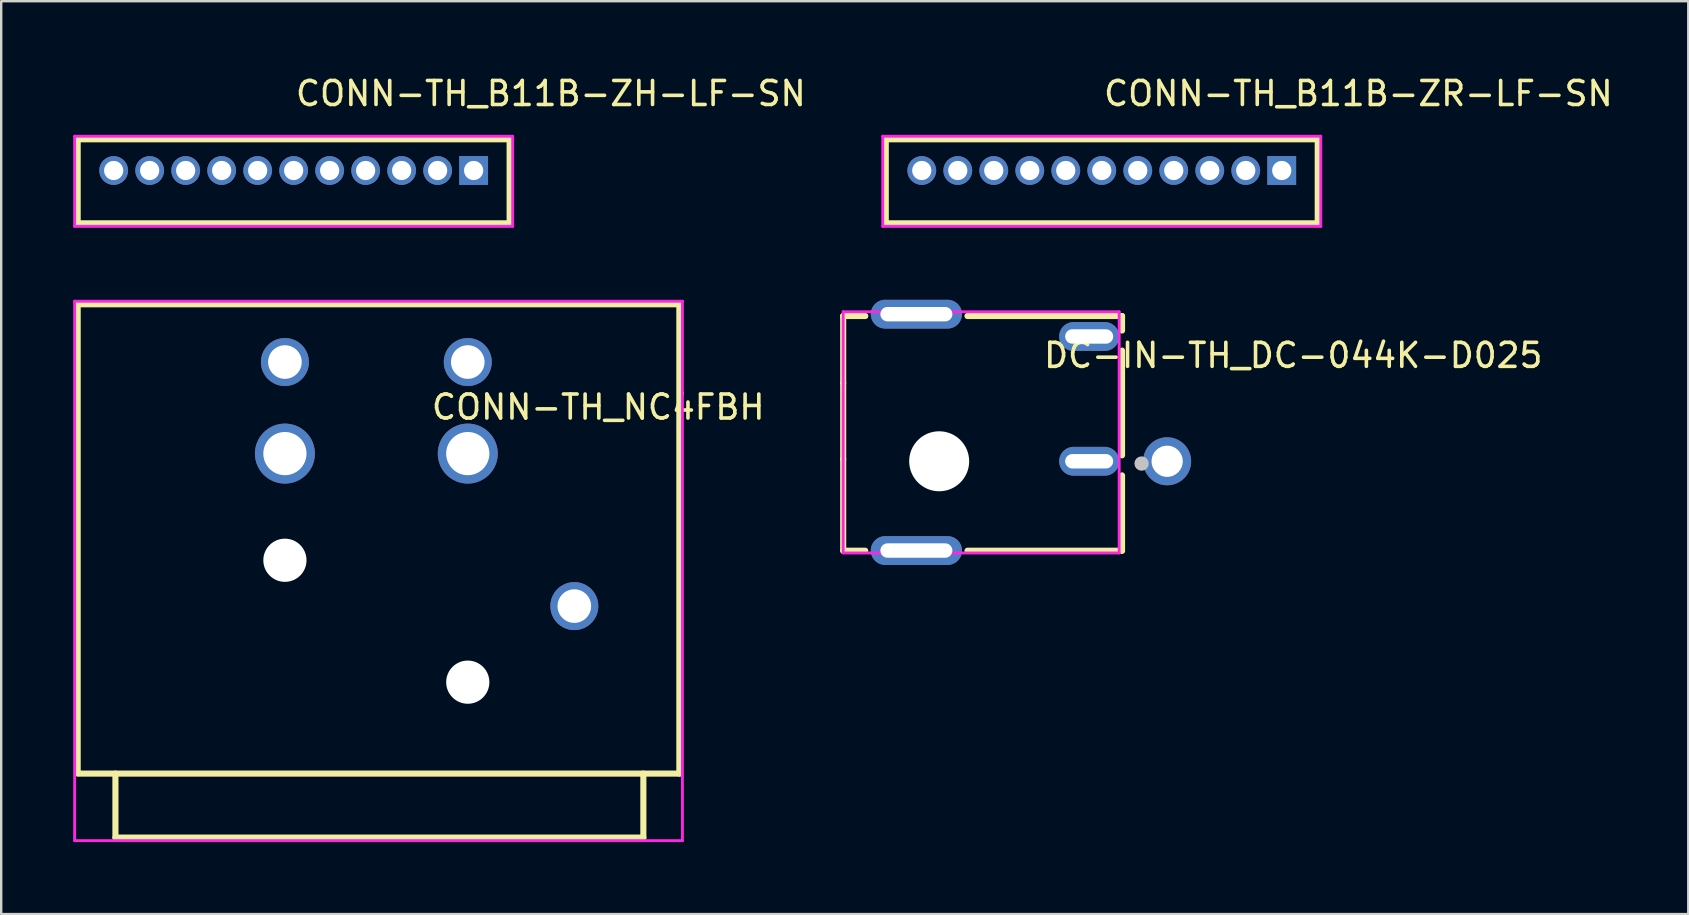
<source format=kicad_pcb>
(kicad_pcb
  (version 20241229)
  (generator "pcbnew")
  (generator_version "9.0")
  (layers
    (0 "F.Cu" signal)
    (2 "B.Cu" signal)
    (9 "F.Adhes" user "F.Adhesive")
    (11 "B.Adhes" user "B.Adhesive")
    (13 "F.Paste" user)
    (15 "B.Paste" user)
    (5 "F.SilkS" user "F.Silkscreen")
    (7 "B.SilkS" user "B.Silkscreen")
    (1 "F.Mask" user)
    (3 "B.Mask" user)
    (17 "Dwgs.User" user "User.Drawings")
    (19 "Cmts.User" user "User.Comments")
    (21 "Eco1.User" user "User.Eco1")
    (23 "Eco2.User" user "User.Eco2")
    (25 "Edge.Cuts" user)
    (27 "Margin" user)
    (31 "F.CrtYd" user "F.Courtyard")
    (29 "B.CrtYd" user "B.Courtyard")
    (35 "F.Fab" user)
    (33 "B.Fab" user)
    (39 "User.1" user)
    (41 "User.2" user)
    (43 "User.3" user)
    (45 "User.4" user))
  (footprint "DC-IN-TH_DC-044K-D025"
    (layer "F.Cu")
    (at 40.362 14.967)
    (property "Reference" "DC-IN-TH_DC-044K-D025" (at 0 -3.207 0) (layer "F.SilkS") (effects (font (size 1 1) (thickness 0.15)) (justify left)))
    (attr through_hole)
    (fp_line (start -8.275 -4.848) (end -7.353 -4.848) (stroke (width 0.254) (type solid)) (layer "F.SilkS"))
    (fp_line (start -8.275 -2.06) (end -8.275 -4.848) (stroke (width 0.254) (type solid)) (layer "F.SilkS"))
    (fp_line (start -8.275 -2.06) (end -8.275 1.115) (stroke (width 0.254) (type solid)) (layer "F.SilkS"))
    (fp_line (start -8.275 1.115) (end -8.275 4.931) (stroke (width 0.254) (type solid)) (layer "F.SilkS"))
    (fp_line (start -8.275 4.931) (end -7.356 4.931) (stroke (width 0.254) (type solid)) (layer "F.SilkS"))
    (fp_line (start -3.097 -4.848) (end 3.345 -4.848) (stroke (width 0.254) (type solid)) (layer "F.SilkS"))
    (fp_line (start -3.094 4.931) (end 3.345 4.931) (stroke (width 0.254) (type solid)) (layer "F.SilkS"))
    (fp_line (start 3.345 -4.848) (end 3.345 -4.243) (stroke (width 0.254) (type solid)) (layer "F.SilkS"))
    (fp_line (start 3.345 -3.407) (end 3.345 0.957) (stroke (width 0.254) (type solid)) (layer "F.SilkS"))
    (fp_line (start 3.345 1.793) (end 3.345 4.931) (stroke (width 0.254) (type solid)) (layer "F.SilkS"))
    (fp_circle (center 4.16 1.3) (end 4.31 1.3) (stroke (width 0.3) (type solid)) (fill no) (layer "Dwgs.User"))
    (fp_line (start 3.225 0.73) (end 5.7 0.73) (stroke (width 0.12) (type solid)) (layer "Eco2.User"))
    (fp_line (start 3.225 1.68) (end 3.225 0.73) (stroke (width 0.12) (type solid)) (layer "Eco2.User"))
    (fp_line (start 5.7 0.73) (end 5.7 1.68) (stroke (width 0.12) (type solid)) (layer "Eco2.User"))
    (fp_line (start 5.7 1.68) (end 3.225 1.68) (stroke (width 0.12) (type solid)) (layer "Eco2.User"))
    (fp_circle (center -8.275 -5.125) (end -8.245 -5.125) (stroke (width 0.06) (type solid)) (fill no) (layer "Eco2.User"))
    (fp_circle (center 5.225 1.205) (end 5.475 1.205) (stroke (width 0.5) (type solid)) (fill no) (layer "Eco2.User"))
    (fp_poly (pts (xy -4.325 -5.125) (xy -4.325 -4.725) (xy -6.125 -4.725) (xy -6.125 -5.125)) (stroke (width 0.12) (type solid)) (fill no) (layer "Eco2.User"))
    (fp_poly (pts (xy -4.325 4.725) (xy -4.325 5.125) (xy -6.125 5.125) (xy -6.125 4.725)) (stroke (width 0.12) (type solid)) (fill no) (layer "Eco2.User"))
    (fp_poly (pts (xy 2.725 -4.195) (xy 2.725 -3.795) (xy 1.225 -3.795) (xy 1.225 -4.195)) (stroke (width 0.12) (type solid)) (fill no) (layer "Eco2.User"))
    (fp_poly (pts (xy 2.725 1.005) (xy 2.725 1.405) (xy 1.225 1.405) (xy 1.225 1.005)) (stroke (width 0.12) (type solid)) (fill no) (layer "Eco2.User"))
    (fp_line (start -8.275 -5.025) (end 3.225 -5.025) (stroke (width 0.12) (type solid)) (layer "F.CrtYd"))
    (fp_line (start -8.275 5.025) (end -8.275 -5.025) (stroke (width 0.12) (type solid)) (layer "F.CrtYd"))
    (fp_line (start 3.225 -5.025) (end 3.225 5.025) (stroke (width 0.12) (type solid)) (layer "F.CrtYd"))
    (fp_line (start 3.225 5.025) (end -8.275 5.025) (stroke (width 0.12) (type solid)) (layer "F.CrtYd"))
    (pad "" np_thru_hole circle (at -4.275 1.205) (size 2.5 2.5) (drill 2.5) (layers "*.Cu" "*.Mask"))
    (pad "1" thru_hole oval (at -5.225 -4.925 90) (size 1.2 3.8) (drill oval 0.6 3) (layers "*.Cu" "*.Mask"))
    (pad "2" thru_hole oval (at 1.975 -3.995 90) (size 1.2 2.5) (drill oval 0.6 2) (layers "*.Cu" "*.Mask"))
    (pad "3" thru_hole oval (at 1.975 1.205 90) (size 1.2 2.5) (drill oval 0.6 2) (layers "*.Cu" "*.Mask"))
    (pad "4" thru_hole circle (at 5.225 1.205 90) (size 2 2) (drill 1.3) (layers "*.Cu" "*.Mask"))
    (pad "6" thru_hole oval (at -5.225 4.925 90) (size 1.2 3.8) (drill oval 0.6 3) (layers "*.Cu" "*.Mask")))
  (footprint "CONN-TH_NC4FBH"
    (layer "F.Cu")
    (at 14.853 17.122)
    (property "Reference" "CONN-TH_NC4FBH" (at 0 -3.207 0) (layer "F.SilkS") (effects (font (size 1 1) (thickness 0.15)) (justify left)))
    (attr through_hole)
    (fp_line (start -14.666 -7.493) (end -14.666 12.065) (stroke (width 0.254) (type solid)) (layer "F.SilkS"))
    (fp_line (start -13.093 14.732) (end -13.093 12.065) (stroke (width 0.254) (type solid)) (layer "F.SilkS"))
    (fp_line (start 8.907 14.732) (end -13.093 14.732) (stroke (width 0.254) (type solid)) (layer "F.SilkS"))
    (fp_line (start 8.907 14.732) (end 8.907 12.065) (stroke (width 0.254) (type solid)) (layer "F.SilkS"))
    (fp_line (start 10.407 -7.493) (end -14.666 -7.493) (stroke (width 0.254) (type solid)) (layer "F.SilkS"))
    (fp_line (start 10.407 12.065) (end -14.593 12.065) (stroke (width 0.254) (type solid)) (layer "F.SilkS"))
    (fp_line (start 10.407 12.065) (end 10.407 -7.493) (stroke (width 0.254) (type solid)) (layer "F.SilkS"))
    (fp_circle (center -6.03 -5.085) (end -5.73 -5.085) (stroke (width 0.6) (type solid)) (fill no) (layer "Eco2.User"))
    (fp_circle (center -6.03 -1.27) (end -5.63 -1.27) (stroke (width 0.8) (type solid)) (fill no) (layer "Eco2.User"))
    (fp_circle (center -6.03 3.175) (end -5.63 3.175) (stroke (width 0.8) (type solid)) (fill no) (layer "Eco2.User"))
    (fp_circle (center 1.59 -5.085) (end 1.89 -5.085) (stroke (width 0.6) (type solid)) (fill no) (layer "Eco2.User"))
    (fp_circle (center 1.59 -1.27) (end 1.99 -1.27) (stroke (width 0.8) (type solid)) (fill no) (layer "Eco2.User"))
    (fp_circle (center 1.59 8.255) (end 1.99 8.255) (stroke (width 0.8) (type solid)) (fill no) (layer "Eco2.User"))
    (fp_circle (center 6.03 5.085) (end 6.33 5.085) (stroke (width 0.6) (type solid)) (fill no) (layer "Eco2.User"))
    (fp_circle (center 10.534 -7.62) (end 10.564 -7.62) (stroke (width 0.06) (type solid)) (fill no) (layer "Eco2.User"))
    (fp_line (start -14.793 -7.62) (end 10.534 -7.62) (stroke (width 0.12) (type solid)) (layer "F.CrtYd"))
    (fp_line (start -14.793 14.859) (end -14.793 -7.62) (stroke (width 0.12) (type solid)) (layer "F.CrtYd"))
    (fp_line (start 10.534 -7.62) (end 10.534 14.859) (stroke (width 0.12) (type solid)) (layer "F.CrtYd"))
    (fp_line (start 10.534 14.859) (end -14.793 14.859) (stroke (width 0.12) (type solid)) (layer "F.CrtYd"))
    (pad "" np_thru_hole circle (at -6.03 3.175) (size 1.8 1.8) (drill 1.8) (layers "*.Cu" "*.Mask"))
    (pad "" np_thru_hole circle (at 1.59 8.255) (size 1.8 1.8) (drill 1.8) (layers "*.Cu" "*.Mask"))
    (pad "1" thru_hole circle (at 1.59 -5.085 180) (size 2 2) (drill 1.4) (layers "*.Cu" "*.Mask"))
    (pad "2" thru_hole circle (at 1.59 -1.27 180) (size 2.5 2.5) (drill 1.8) (layers "*.Cu" "*.Mask"))
    (pad "3" thru_hole circle (at -6.03 -1.27 180) (size 2.5 2.5) (drill 1.8) (layers "*.Cu" "*.Mask"))
    (pad "4" thru_hole circle (at -6.03 -5.085 180) (size 2 2) (drill 1.4) (layers "*.Cu" "*.Mask"))
    (pad "5" thru_hole circle (at 6.03 5.085 180) (size 2 2) (drill 1.4) (layers "*.Cu" "*.Mask")))
  (footprint "CONN-TH_B11B-ZR-LF-SN"
    (layer "F.Cu")
    (at 42.862 4.055)
    (property "Reference" "CONN-TH_B11B-ZR-LF-SN" (at 0 -3.207 0) (layer "F.SilkS") (effects (font (size 1 1) (thickness 0.15)) (justify left)))
    (attr through_hole)
    (fp_line (start -9 -1.3) (end 9 -1.3) (stroke (width 0.254) (type solid)) (layer "F.SilkS"))
    (fp_line (start -9 2.2) (end -9 -1.3) (stroke (width 0.254) (type solid)) (layer "F.SilkS"))
    (fp_line (start -9 2.2) (end 9 2.2) (stroke (width 0.254) (type solid)) (layer "F.SilkS"))
    (fp_line (start 9 2.2) (end 9 -1.3) (stroke (width 0.254) (type solid)) (layer "F.SilkS"))
    (fp_circle (center -7.5 0) (end -7.35 0) (stroke (width 0.3) (type solid)) (fill no) (layer "Eco2.User"))
    (fp_circle (center -6 0) (end -5.85 0) (stroke (width 0.3) (type solid)) (fill no) (layer "Eco2.User"))
    (fp_circle (center -4.5 0) (end -4.35 0) (stroke (width 0.3) (type solid)) (fill no) (layer "Eco2.User"))
    (fp_circle (center -3 0) (end -2.85 0) (stroke (width 0.3) (type solid)) (fill no) (layer "Eco2.User"))
    (fp_circle (center -1.5 0) (end -1.35 0) (stroke (width 0.3) (type solid)) (fill no) (layer "Eco2.User"))
    (fp_circle (center 0 0) (end 0.15 0) (stroke (width 0.3) (type solid)) (fill no) (layer "Eco2.User"))
    (fp_circle (center 1.5 0) (end 1.65 0) (stroke (width 0.3) (type solid)) (fill no) (layer "Eco2.User"))
    (fp_circle (center 3 0) (end 3.15 0) (stroke (width 0.3) (type solid)) (fill no) (layer "Eco2.User"))
    (fp_circle (center 4.5 0) (end 4.65 0) (stroke (width 0.3) (type solid)) (fill no) (layer "Eco2.User"))
    (fp_circle (center 6 0) (end 6.15 0) (stroke (width 0.3) (type solid)) (fill no) (layer "Eco2.User"))
    (fp_circle (center 7.5 0) (end 7.65 0) (stroke (width 0.3) (type solid)) (fill no) (layer "Eco2.User"))
    (fp_circle (center 9.127 -1.427) (end 9.157 -1.427) (stroke (width 0.06) (type solid)) (fill no) (layer "Eco2.User"))
    (fp_line (start -9.127 -1.427) (end 9.127 -1.427) (stroke (width 0.12) (type solid)) (layer "F.CrtYd"))
    (fp_line (start -9.127 2.327) (end -9.127 -1.427) (stroke (width 0.12) (type solid)) (layer "F.CrtYd"))
    (fp_line (start 9.127 -1.427) (end 9.127 2.327) (stroke (width 0.12) (type solid)) (layer "F.CrtYd"))
    (fp_line (start 9.127 2.327) (end -9.127 2.327) (stroke (width 0.12) (type solid)) (layer "F.CrtYd"))
    (pad "1" thru_hole rect (at 7.5 0) (size 1.2 1.2) (drill 0.8) (layers "*.Cu" "*.Mask"))
    (pad "2" thru_hole circle (at 6 0) (size 1.2 1.2) (drill 0.8) (layers "*.Cu" "*.Mask"))
    (pad "3" thru_hole circle (at 4.5 0) (size 1.2 1.2) (drill 0.8) (layers "*.Cu" "*.Mask"))
    (pad "4" thru_hole circle (at 3 0) (size 1.2 1.2) (drill 0.8) (layers "*.Cu" "*.Mask"))
    (pad "5" thru_hole circle (at 1.5 0) (size 1.2 1.2) (drill 0.8) (layers "*.Cu" "*.Mask"))
    (pad "6" thru_hole circle (at 0 0) (size 1.2 1.2) (drill 0.8) (layers "*.Cu" "*.Mask"))
    (pad "7" thru_hole circle (at -1.5 0) (size 1.2 1.2) (drill 0.8) (layers "*.Cu" "*.Mask"))
    (pad "8" thru_hole circle (at -3 0) (size 1.2 1.2) (drill 0.8) (layers "*.Cu" "*.Mask"))
    (pad "9" thru_hole circle (at -4.5 0) (size 1.2 1.2) (drill 0.8) (layers "*.Cu" "*.Mask"))
    (pad "10" thru_hole circle (at -6 0) (size 1.2 1.2) (drill 0.8) (layers "*.Cu" "*.Mask"))
    (pad "11" thru_hole circle (at -7.5 0) (size 1.2 1.2) (drill 0.8) (layers "*.Cu" "*.Mask")))
  (footprint "CONN-TH_B11B-ZH-LF-SN"
    (layer "F.Cu")
    (at 9.187 4.055)
    (property "Reference" "CONN-TH_B11B-ZH-LF-SN" (at 0 -3.207 0) (layer "F.SilkS") (effects (font (size 1 1) (thickness 0.15)) (justify left)))
    (attr through_hole)
    (fp_line (start -9 -1.3) (end 9 -1.3) (stroke (width 0.254) (type solid)) (layer "F.SilkS"))
    (fp_line (start -9 2.2) (end -9 -1.3) (stroke (width 0.254) (type solid)) (layer "F.SilkS"))
    (fp_line (start -9 2.2) (end 9 2.2) (stroke (width 0.254) (type solid)) (layer "F.SilkS"))
    (fp_line (start 9 2.2) (end 9 -1.3) (stroke (width 0.254) (type solid)) (layer "F.SilkS"))
    (fp_circle (center -7.5 0) (end -7.35 0) (stroke (width 0.3) (type solid)) (fill no) (layer "Eco2.User"))
    (fp_circle (center -6 0) (end -5.85 0) (stroke (width 0.3) (type solid)) (fill no) (layer "Eco2.User"))
    (fp_circle (center -4.5 0) (end -4.35 0) (stroke (width 0.3) (type solid)) (fill no) (layer "Eco2.User"))
    (fp_circle (center -3 0) (end -2.85 0) (stroke (width 0.3) (type solid)) (fill no) (layer "Eco2.User"))
    (fp_circle (center -1.5 0) (end -1.35 0) (stroke (width 0.3) (type solid)) (fill no) (layer "Eco2.User"))
    (fp_circle (center 0 0) (end 0.15 0) (stroke (width 0.3) (type solid)) (fill no) (layer "Eco2.User"))
    (fp_circle (center 1.5 0) (end 1.65 0) (stroke (width 0.3) (type solid)) (fill no) (layer "Eco2.User"))
    (fp_circle (center 3 0) (end 3.15 0) (stroke (width 0.3) (type solid)) (fill no) (layer "Eco2.User"))
    (fp_circle (center 4.5 0) (end 4.65 0) (stroke (width 0.3) (type solid)) (fill no) (layer "Eco2.User"))
    (fp_circle (center 6 0) (end 6.15 0) (stroke (width 0.3) (type solid)) (fill no) (layer "Eco2.User"))
    (fp_circle (center 7.5 0) (end 7.65 0) (stroke (width 0.3) (type solid)) (fill no) (layer "Eco2.User"))
    (fp_circle (center 9.127 -1.427) (end 9.157 -1.427) (stroke (width 0.06) (type solid)) (fill no) (layer "Eco2.User"))
    (fp_line (start -9.127 -1.427) (end 9.127 -1.427) (stroke (width 0.12) (type solid)) (layer "F.CrtYd"))
    (fp_line (start -9.127 2.327) (end -9.127 -1.427) (stroke (width 0.12) (type solid)) (layer "F.CrtYd"))
    (fp_line (start 9.127 -1.427) (end 9.127 2.327) (stroke (width 0.12) (type solid)) (layer "F.CrtYd"))
    (fp_line (start 9.127 2.327) (end -9.127 2.327) (stroke (width 0.12) (type solid)) (layer "F.CrtYd"))
    (pad "1" thru_hole rect (at 7.5 0) (size 1.2 1.2) (drill 0.8) (layers "*.Cu" "*.Mask"))
    (pad "2" thru_hole circle (at 6 0) (size 1.2 1.2) (drill 0.8) (layers "*.Cu" "*.Mask"))
    (pad "3" thru_hole circle (at 4.5 0) (size 1.2 1.2) (drill 0.8) (layers "*.Cu" "*.Mask"))
    (pad "4" thru_hole circle (at 3 0) (size 1.2 1.2) (drill 0.8) (layers "*.Cu" "*.Mask"))
    (pad "5" thru_hole circle (at 1.5 0) (size 1.2 1.2) (drill 0.8) (layers "*.Cu" "*.Mask"))
    (pad "6" thru_hole circle (at 0 0) (size 1.2 1.2) (drill 0.8) (layers "*.Cu" "*.Mask"))
    (pad "7" thru_hole circle (at -1.5 0) (size 1.2 1.2) (drill 0.8) (layers "*.Cu" "*.Mask"))
    (pad "8" thru_hole circle (at -3 0) (size 1.2 1.2) (drill 0.8) (layers "*.Cu" "*.Mask"))
    (pad "9" thru_hole circle (at -4.5 0) (size 1.2 1.2) (drill 0.8) (layers "*.Cu" "*.Mask"))
    (pad "10" thru_hole circle (at -6 0) (size 1.2 1.2) (drill 0.8) (layers "*.Cu" "*.Mask"))
    (pad "11" thru_hole circle (at -7.5 0) (size 1.2 1.2) (drill 0.8) (layers "*.Cu" "*.Mask")))
  (gr_rect
    (start -3 -3)
    (end 67.303 35.041)
    (stroke (width 0.1) (type default))
    (fill no)
    (layer "Edge.Cuts")))
</source>
